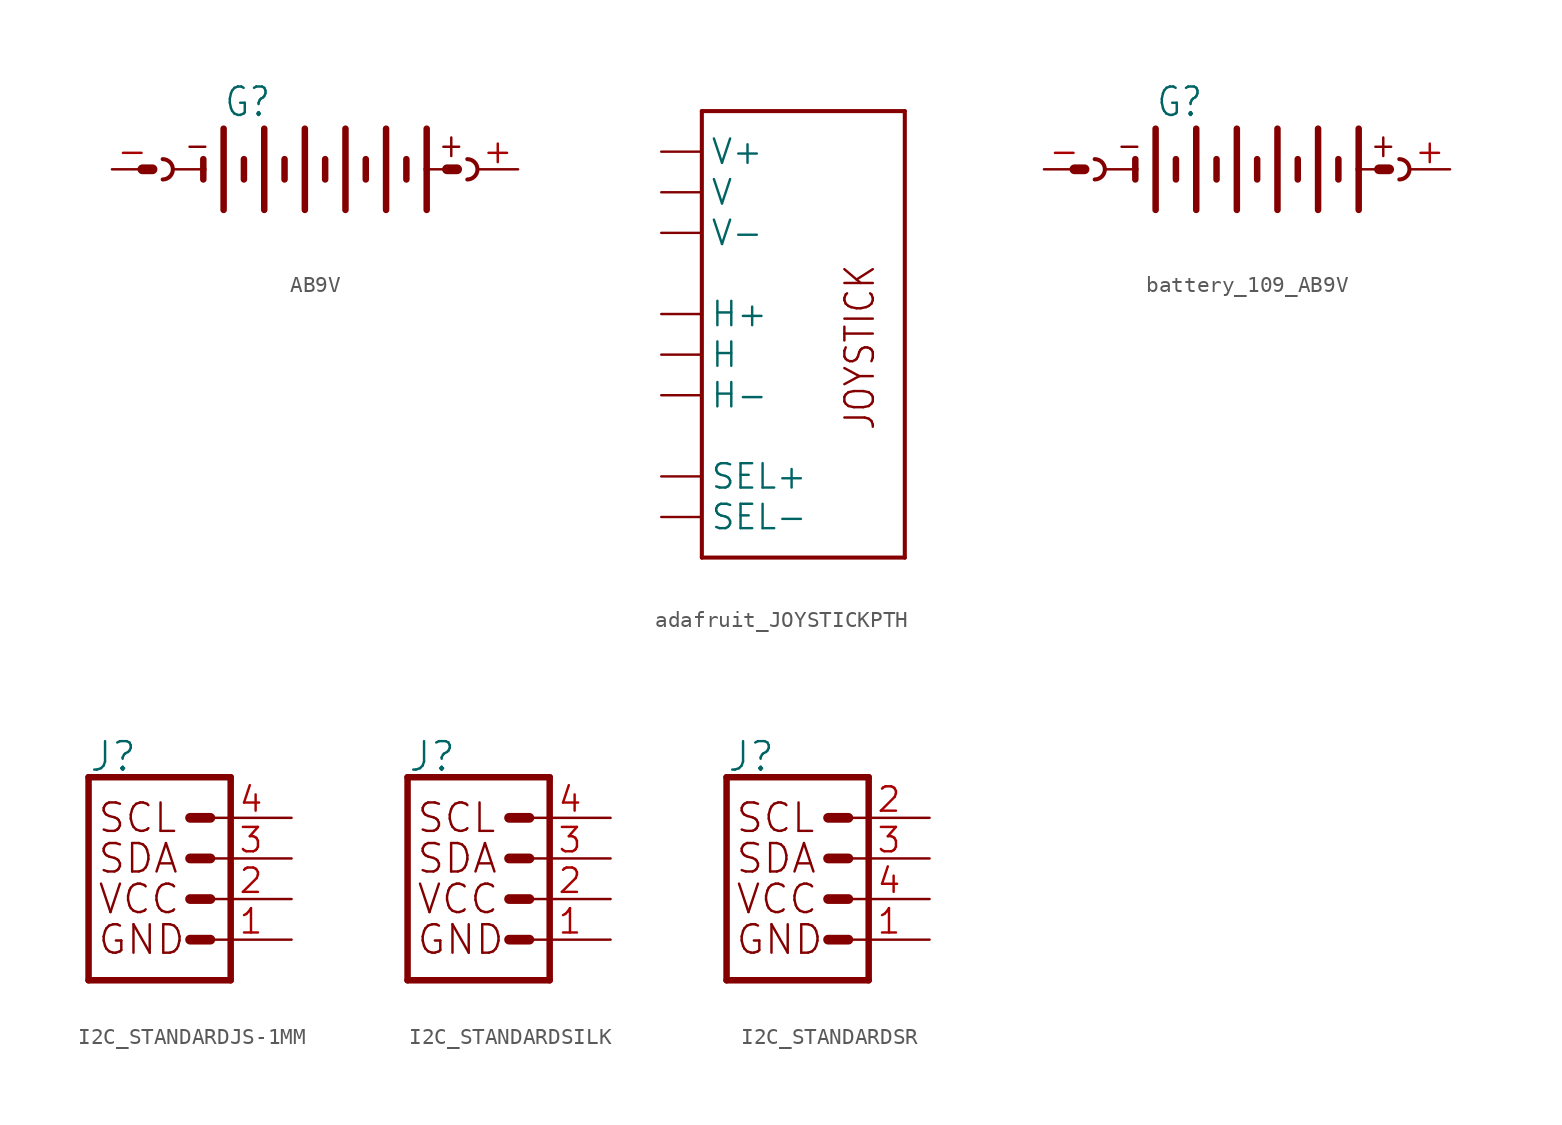
<source format=kicad_sym>
(kicad_symbol_lib
  (version 20241209)
  (generator "kicad_symbol_editor")
  (generator_version "9.0")
  (symbol "AB9V"
    (property "Reference" "G"
      (at -5.715 3.175 0)
      (effects (font (size 1.778 1.511)) (justify left bottom)))
    (property "Value" ""
      (at -5.715 -5.08 0)
      (effects (font (size 1.778 1.511)) (justify left bottom)))
    (property "ki_locked" ""
      (at 0 0 0)
      (effects (font (size 1.27 1.27))))
    (symbol "AB9V_1_0"
      (polyline (pts (xy -10.16 0) (xy -10.795 0)) (stroke (width 0.61) (type solid)) (fill (type none)))
      (arc (start -9.525 0.635) (mid -8.89 0) (end -9.525 -0.635) (stroke (width 0.254) (type solid)) (fill (type none)))
      (polyline (pts (xy -8.89 0) (xy -6.985 0)) (stroke (width 0.152) (type solid)) (fill (type none)))
      (polyline (pts (xy -6.985 0.635) (xy -6.985 0)) (stroke (width 0.406) (type solid)) (fill (type none)))
      (polyline (pts (xy -6.985 0) (xy -6.985 -0.635)) (stroke (width 0.406) (type solid)) (fill (type none)))
      (polyline (pts (xy -5.715 2.54) (xy -5.715 -2.54)) (stroke (width 0.406) (type solid)) (fill (type none)))
      (polyline (pts (xy -4.445 0.635) (xy -4.445 -0.635)) (stroke (width 0.406) (type solid)) (fill (type none)))
      (polyline (pts (xy -3.175 2.54) (xy -3.175 -2.54)) (stroke (width 0.406) (type solid)) (fill (type none)))
      (polyline (pts (xy -1.905 0.635) (xy -1.905 -0.635)) (stroke (width 0.406) (type solid)) (fill (type none)))
      (polyline (pts (xy -0.635 2.54) (xy -0.635 -2.54)) (stroke (width 0.406) (type solid)) (fill (type none)))
      (polyline (pts (xy 0.635 0.635) (xy 0.635 -0.635)) (stroke (width 0.406) (type solid)) (fill (type none)))
      (polyline (pts (xy 1.905 2.54) (xy 1.905 -2.54)) (stroke (width 0.406) (type solid)) (fill (type none)))
      (polyline (pts (xy 3.175 0.635) (xy 3.175 -0.635)) (stroke (width 0.406) (type solid)) (fill (type none)))
      (polyline (pts (xy 4.445 2.54) (xy 4.445 -2.54)) (stroke (width 0.406) (type solid)) (fill (type none)))
      (polyline (pts (xy 5.715 0.635) (xy 5.715 -0.635)) (stroke (width 0.406) (type solid)) (fill (type none)))
      (polyline (pts (xy 6.985 2.54) (xy 6.985 0)) (stroke (width 0.406) (type solid)) (fill (type none)))
      (polyline (pts (xy 6.985 0) (xy 6.985 -2.54)) (stroke (width 0.406) (type solid)) (fill (type none)))
      (polyline (pts (xy 6.985 0) (xy 8.255 0)) (stroke (width 0.152) (type solid)) (fill (type none)))
      (polyline (pts (xy 8.255 0) (xy 8.89 0)) (stroke (width 0.61) (type solid)) (fill (type none)))
      (arc (start 9.525 0.635) (mid 10.16 0) (end 9.525 -0.635) (stroke (width 0.254) (type solid)) (fill (type none)))
      (text "-" (at -8.255 0.635 0) (effects (font (size 1.524 1.295)) (justify left bottom)))
      (text "+" (at 7.62 0.635 0) (effects (font (size 1.524 1.295)) (justify left bottom)))
      (pin passive line (at -12.7 0 0) (length 2.54) (name "-" (effects (font (size 0 0)))) (number "-" (effects (font (size 1.524 1.524)))))
      (pin passive line (at 12.7 0 180) (length 2.54) (name "+" (effects (font (size 0 0)))) (number "+" (effects (font (size 1.524 1.524)))))))
  (symbol "adafruit_JOYSTICKPTH"
    (property "Reference" "U"
      (at -7.62 13.462 0)
      (effects (font (size 1.778 1.511)) (justify left bottom) (hide yes)))
    (property "ki_locked" ""
      (at 0 0 0)
      (effects (font (size 1.27 1.27))))
    (symbol "adafruit_JOYSTICKPTH_1_0"
      (polyline (pts (xy -7.62 12.7) (xy 5.08 12.7)) (stroke (width 0.254) (type solid)) (fill (type none)))
      (polyline (pts (xy -7.62 -15.24) (xy -7.62 12.7)) (stroke (width 0.254) (type solid)) (fill (type none)))
      (polyline (pts (xy 5.08 12.7) (xy 5.08 -15.24)) (stroke (width 0.254) (type solid)) (fill (type none)))
      (polyline (pts (xy 5.08 -15.24) (xy -7.62 -15.24)) (stroke (width 0.254) (type solid)) (fill (type none)))
      (text "JOYSTICK" (at 3.302 -7.366 900) (effects (font (size 1.778 1.511)) (justify left bottom)))
      (pin bidirectional line (at -10.16 10.16 0) (length 2.54) (name "V+" (effects (font (size 1.524 1.524)))) (number "V1" (effects (font (size 0 0)))))
      (pin bidirectional line (at -10.16 7.62 0) (length 2.54) (name "V" (effects (font (size 1.524 1.524)))) (number "V2" (effects (font (size 0 0)))))
      (pin bidirectional line (at -10.16 5.08 0) (length 2.54) (name "V-" (effects (font (size 1.524 1.524)))) (number "V3" (effects (font (size 0 0)))))
      (pin bidirectional line (at -10.16 0 0) (length 2.54) (name "H+" (effects (font (size 1.524 1.524)))) (number "H1" (effects (font (size 0 0)))))
      (pin bidirectional line (at -10.16 -2.54 0) (length 2.54) (name "H" (effects (font (size 1.524 1.524)))) (number "H2" (effects (font (size 0 0)))))
      (pin bidirectional line (at -10.16 -5.08 0) (length 2.54) (name "H-" (effects (font (size 1.524 1.524)))) (number "H3" (effects (font (size 0 0)))))
      (pin bidirectional line (at -10.16 -10.16 0) (length 2.54) (name "SEL+" (effects (font (size 1.524 1.524)))) (number "B1A" (effects (font (size 0 0)))))
      (pin bidirectional line (at -10.16 -12.7 0) (length 2.54) (name "SEL-" (effects (font (size 1.524 1.524)))) (number "B2A" (effects (font (size 0 0)))))))
  (symbol "battery_109_AB9V"
    (property "Reference" "G"
      (at -5.715 3.175 0)
      (effects (font (size 1.778 1.511)) (justify left bottom)))
    (property "Value" ""
      (at -5.715 -5.08 0)
      (effects (font (size 1.778 1.511)) (justify left bottom)))
    (property "ki_locked" ""
      (at 0 0 0)
      (effects (font (size 1.27 1.27))))
    (symbol "battery_109_AB9V_1_0"
      (polyline (pts (xy -10.16 0) (xy -10.795 0)) (stroke (width 0.61) (type solid)) (fill (type none)))
      (arc (start -9.525 0.635) (mid -8.89 0) (end -9.525 -0.635) (stroke (width 0.254) (type solid)) (fill (type none)))
      (polyline (pts (xy -8.89 0) (xy -6.985 0)) (stroke (width 0.152) (type solid)) (fill (type none)))
      (polyline (pts (xy -6.985 0.635) (xy -6.985 0)) (stroke (width 0.406) (type solid)) (fill (type none)))
      (polyline (pts (xy -6.985 0) (xy -6.985 -0.635)) (stroke (width 0.406) (type solid)) (fill (type none)))
      (polyline (pts (xy -5.715 2.54) (xy -5.715 -2.54)) (stroke (width 0.406) (type solid)) (fill (type none)))
      (polyline (pts (xy -4.445 0.635) (xy -4.445 -0.635)) (stroke (width 0.406) (type solid)) (fill (type none)))
      (polyline (pts (xy -3.175 2.54) (xy -3.175 -2.54)) (stroke (width 0.406) (type solid)) (fill (type none)))
      (polyline (pts (xy -1.905 0.635) (xy -1.905 -0.635)) (stroke (width 0.406) (type solid)) (fill (type none)))
      (polyline (pts (xy -0.635 2.54) (xy -0.635 -2.54)) (stroke (width 0.406) (type solid)) (fill (type none)))
      (polyline (pts (xy 0.635 0.635) (xy 0.635 -0.635)) (stroke (width 0.406) (type solid)) (fill (type none)))
      (polyline (pts (xy 1.905 2.54) (xy 1.905 -2.54)) (stroke (width 0.406) (type solid)) (fill (type none)))
      (polyline (pts (xy 3.175 0.635) (xy 3.175 -0.635)) (stroke (width 0.406) (type solid)) (fill (type none)))
      (polyline (pts (xy 4.445 2.54) (xy 4.445 -2.54)) (stroke (width 0.406) (type solid)) (fill (type none)))
      (polyline (pts (xy 5.715 0.635) (xy 5.715 -0.635)) (stroke (width 0.406) (type solid)) (fill (type none)))
      (polyline (pts (xy 6.985 2.54) (xy 6.985 0)) (stroke (width 0.406) (type solid)) (fill (type none)))
      (polyline (pts (xy 6.985 0) (xy 6.985 -2.54)) (stroke (width 0.406) (type solid)) (fill (type none)))
      (polyline (pts (xy 6.985 0) (xy 8.255 0)) (stroke (width 0.152) (type solid)) (fill (type none)))
      (polyline (pts (xy 8.255 0) (xy 8.89 0)) (stroke (width 0.61) (type solid)) (fill (type none)))
      (arc (start 9.525 0.635) (mid 10.16 0) (end 9.525 -0.635) (stroke (width 0.254) (type solid)) (fill (type none)))
      (text "-" (at -8.255 0.635 0) (effects (font (size 1.524 1.295)) (justify left bottom)))
      (text "+" (at 7.62 0.635 0) (effects (font (size 1.524 1.295)) (justify left bottom)))
      (pin passive line (at -12.7 0 0) (length 2.54) (name "-" (effects (font (size 0 0)))) (number "-" (effects (font (size 1.524 1.524)))))
      (pin passive line (at 12.7 0 180) (length 2.54) (name "+" (effects (font (size 0 0)))) (number "+" (effects (font (size 1.524 1.524)))))))
  (symbol "I2C_STANDARDJS-1MM"
    (property "Reference" "J"
      (at -5.08 7.874 0)
      (effects (font (size 1.778 1.778)) (justify left bottom)))
    (property "Value" ""
      (at -5.08 -5.334 0)
      (effects (font (size 1.778 1.778)) (justify left top)))
    (property "ki_locked" ""
      (at 0 0 0)
      (effects (font (size 1.27 1.27))))
    (symbol "I2C_STANDARDJS-1MM_1_0"
      (polyline (pts (xy -5.08 7.62) (xy -5.08 -5.08)) (stroke (width 0.406) (type solid)) (fill (type none)))
      (polyline (pts (xy -5.08 7.62) (xy 3.81 7.62)) (stroke (width 0.406) (type solid)) (fill (type none)))
      (polyline (pts (xy 1.27 5.08) (xy 2.54 5.08)) (stroke (width 0.61) (type solid)) (fill (type none)))
      (polyline (pts (xy 1.27 2.54) (xy 2.54 2.54)) (stroke (width 0.61) (type solid)) (fill (type none)))
      (polyline (pts (xy 1.27 0) (xy 2.54 0)) (stroke (width 0.61) (type solid)) (fill (type none)))
      (polyline (pts (xy 1.27 -2.54) (xy 2.54 -2.54)) (stroke (width 0.61) (type solid)) (fill (type none)))
      (polyline (pts (xy 3.81 -5.08) (xy -5.08 -5.08)) (stroke (width 0.406) (type solid)) (fill (type none)))
      (polyline (pts (xy 3.81 -5.08) (xy 3.81 7.62)) (stroke (width 0.406) (type solid)) (fill (type none)))
      (text "SCL" (at -4.572 5.08 0) (effects (font (size 1.778 1.778)) (justify left)))
      (text "SDA" (at -4.572 2.54 0) (effects (font (size 1.778 1.778)) (justify left)))
      (text "VCC" (at -4.572 0 0) (effects (font (size 1.778 1.778)) (justify left)))
      (text "GND" (at -4.572 -2.54 0) (effects (font (size 1.778 1.778)) (justify left)))
      (pin passive line (at 7.62 5.08 180) (length 5.08) (name "SCL" (effects (font (size 0 0)))) (number "4" (effects (font (size 1.524 1.524)))))
      (pin passive line (at 7.62 2.54 180) (length 5.08) (name "SDA" (effects (font (size 0 0)))) (number "3" (effects (font (size 1.524 1.524)))))
      (pin power_in line (at 7.62 0 180) (length 5.08) (name "VCC" (effects (font (size 0 0)))) (number "2" (effects (font (size 1.524 1.524)))))
      (pin power_in line (at 7.62 -2.54 180) (length 5.08) (name "GND" (effects (font (size 0 0)))) (number "1" (effects (font (size 1.524 1.524)))))))
  (symbol "I2C_STANDARDSILK"
    (property "Reference" "J"
      (at -5.08 7.874 0)
      (effects (font (size 1.778 1.778)) (justify left bottom)))
    (property "Value" ""
      (at -5.08 -5.334 0)
      (effects (font (size 1.778 1.778)) (justify left top)))
    (property "ki_locked" ""
      (at 0 0 0)
      (effects (font (size 1.27 1.27))))
    (symbol "I2C_STANDARDSILK_1_0"
      (polyline (pts (xy -5.08 7.62) (xy -5.08 -5.08)) (stroke (width 0.406) (type solid)) (fill (type none)))
      (polyline (pts (xy -5.08 7.62) (xy 3.81 7.62)) (stroke (width 0.406) (type solid)) (fill (type none)))
      (polyline (pts (xy 1.27 5.08) (xy 2.54 5.08)) (stroke (width 0.61) (type solid)) (fill (type none)))
      (polyline (pts (xy 1.27 2.54) (xy 2.54 2.54)) (stroke (width 0.61) (type solid)) (fill (type none)))
      (polyline (pts (xy 1.27 0) (xy 2.54 0)) (stroke (width 0.61) (type solid)) (fill (type none)))
      (polyline (pts (xy 1.27 -2.54) (xy 2.54 -2.54)) (stroke (width 0.61) (type solid)) (fill (type none)))
      (polyline (pts (xy 3.81 -5.08) (xy -5.08 -5.08)) (stroke (width 0.406) (type solid)) (fill (type none)))
      (polyline (pts (xy 3.81 -5.08) (xy 3.81 7.62)) (stroke (width 0.406) (type solid)) (fill (type none)))
      (text "SCL" (at -4.572 5.08 0) (effects (font (size 1.778 1.778)) (justify left)))
      (text "SDA" (at -4.572 2.54 0) (effects (font (size 1.778 1.778)) (justify left)))
      (text "VCC" (at -4.572 0 0) (effects (font (size 1.778 1.778)) (justify left)))
      (text "GND" (at -4.572 -2.54 0) (effects (font (size 1.778 1.778)) (justify left)))
      (pin passive line (at 7.62 5.08 180) (length 5.08) (name "SCL" (effects (font (size 0 0)))) (number "4" (effects (font (size 1.524 1.524)))))
      (pin passive line (at 7.62 2.54 180) (length 5.08) (name "SDA" (effects (font (size 0 0)))) (number "3" (effects (font (size 1.524 1.524)))))
      (pin power_in line (at 7.62 0 180) (length 5.08) (name "VCC" (effects (font (size 0 0)))) (number "2" (effects (font (size 1.524 1.524)))))
      (pin power_in line (at 7.62 -2.54 180) (length 5.08) (name "GND" (effects (font (size 0 0)))) (number "1" (effects (font (size 1.524 1.524)))))))
  (symbol "I2C_STANDARDSR"
    (property "Reference" "J"
      (at -5.08 7.874 0)
      (effects (font (size 1.778 1.778)) (justify left bottom)))
    (property "Value" ""
      (at -5.08 -5.334 0)
      (effects (font (size 1.778 1.778)) (justify left top)))
    (property "ki_locked" ""
      (at 0 0 0)
      (effects (font (size 1.27 1.27))))
    (symbol "I2C_STANDARDSR_1_0"
      (polyline (pts (xy -5.08 7.62) (xy -5.08 -5.08)) (stroke (width 0.406) (type solid)) (fill (type none)))
      (polyline (pts (xy -5.08 7.62) (xy 3.81 7.62)) (stroke (width 0.406) (type solid)) (fill (type none)))
      (polyline (pts (xy 1.27 5.08) (xy 2.54 5.08)) (stroke (width 0.61) (type solid)) (fill (type none)))
      (polyline (pts (xy 1.27 2.54) (xy 2.54 2.54)) (stroke (width 0.61) (type solid)) (fill (type none)))
      (polyline (pts (xy 1.27 0) (xy 2.54 0)) (stroke (width 0.61) (type solid)) (fill (type none)))
      (polyline (pts (xy 1.27 -2.54) (xy 2.54 -2.54)) (stroke (width 0.61) (type solid)) (fill (type none)))
      (polyline (pts (xy 3.81 -5.08) (xy -5.08 -5.08)) (stroke (width 0.406) (type solid)) (fill (type none)))
      (polyline (pts (xy 3.81 -5.08) (xy 3.81 7.62)) (stroke (width 0.406) (type solid)) (fill (type none)))
      (text "SCL" (at -4.572 5.08 0) (effects (font (size 1.778 1.778)) (justify left)))
      (text "SDA" (at -4.572 2.54 0) (effects (font (size 1.778 1.778)) (justify left)))
      (text "VCC" (at -4.572 0 0) (effects (font (size 1.778 1.778)) (justify left)))
      (text "GND" (at -4.572 -2.54 0) (effects (font (size 1.778 1.778)) (justify left)))
      (pin passive line (at 7.62 5.08 180) (length 5.08) (name "SCL" (effects (font (size 0 0)))) (number "2" (effects (font (size 1.524 1.524)))))
      (pin passive line (at 7.62 2.54 180) (length 5.08) (name "SDA" (effects (font (size 0 0)))) (number "3" (effects (font (size 1.524 1.524)))))
      (pin power_in line (at 7.62 0 180) (length 5.08) (name "VCC" (effects (font (size 0 0)))) (number "4" (effects (font (size 1.524 1.524)))))
      (pin power_in line (at 7.62 -2.54 180) (length 5.08) (name "GND" (effects (font (size 0 0)))) (number "1" (effects (font (size 1.524 1.524))))))))
</source>
